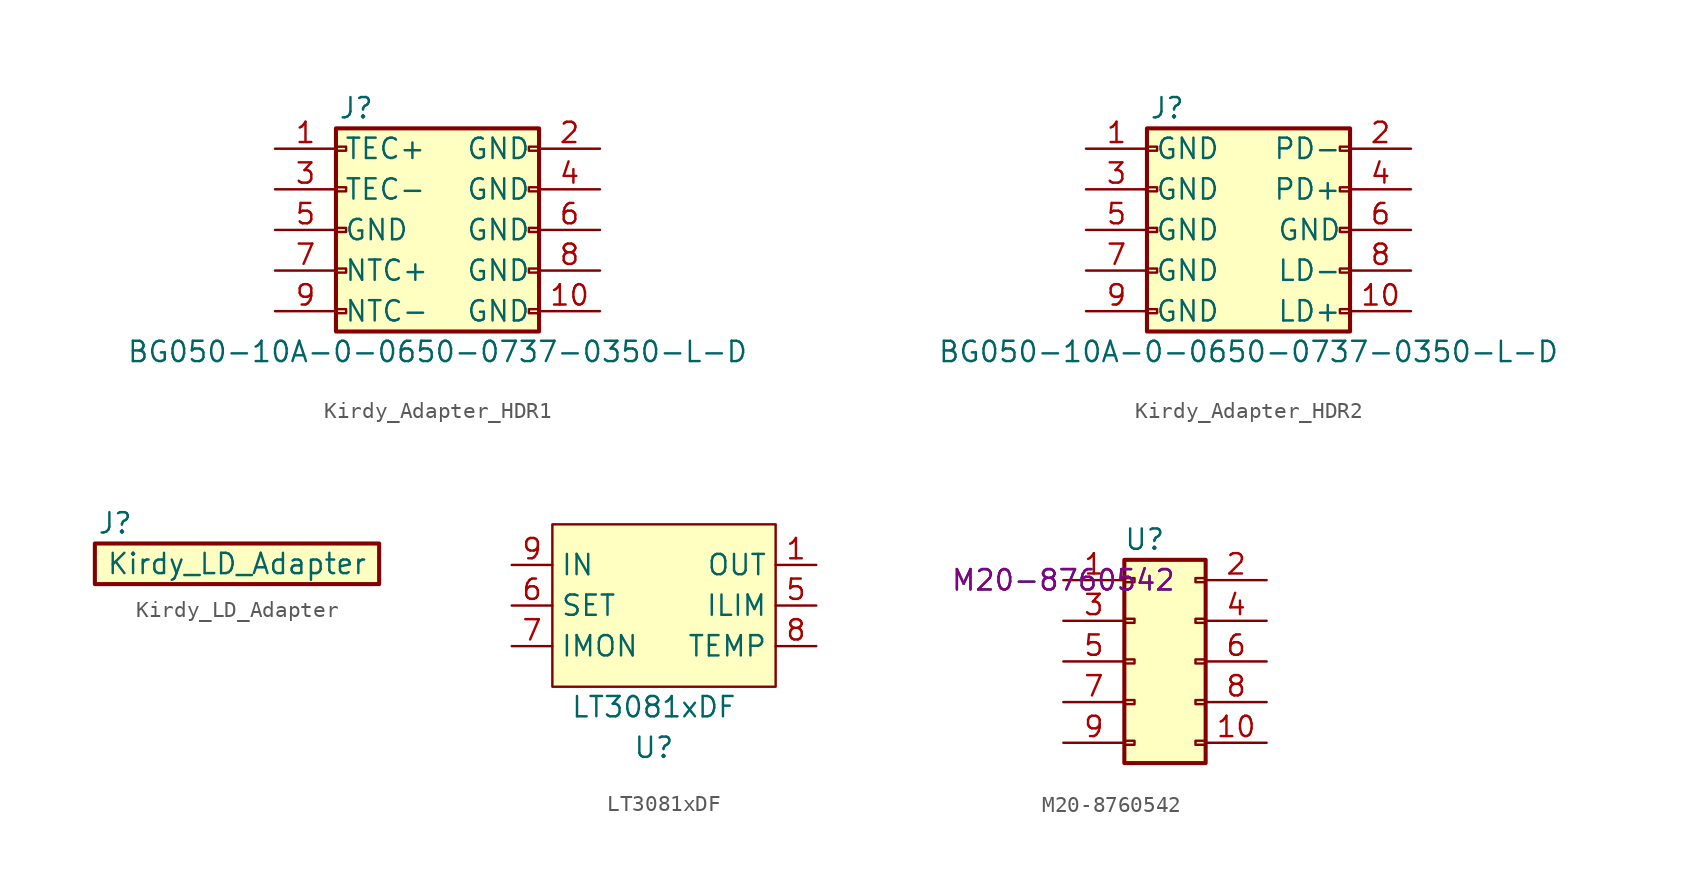
<source format=kicad_sym>
(kicad_symbol_lib
  (version 20220914)
  (generator kicad_symbol_editor)
  (symbol "Kirdy_Adapter_HDR1"
    (property "Reference" "J"
      (at 5.08 2.54 0)
      (effects (font (size 1.27 1.27))))
    (property "Value" "BG050-10A-0-0650-0737-0350-L-D"
      (at 10.16 -12.7 0)
      (effects (font (size 1.27 1.27))))
    (symbol "Kirdy_Adapter_HDR1_1_1"
      (rectangle (start 3.81 -10.033) (end 4.445 -10.287) (stroke (width 0.152) (type default)) (fill (type none)))
      (rectangle (start 3.81 -7.493) (end 4.445 -7.747) (stroke (width 0.152) (type default)) (fill (type none)))
      (rectangle (start 3.81 -4.953) (end 4.445 -5.207) (stroke (width 0.152) (type default)) (fill (type none)))
      (rectangle (start 3.81 -2.413) (end 4.445 -2.667) (stroke (width 0.152) (type default)) (fill (type none)))
      (rectangle (start 3.81 0.127) (end 4.445 -0.127) (stroke (width 0.152) (type default)) (fill (type none)))
      (rectangle (start 3.81 1.27) (end 16.51 -11.43) (stroke (width 0.254) (type default)) (fill (type background)))
      (rectangle (start 15.875 -10.033) (end 16.51 -10.287) (stroke (width 0.152) (type default)) (fill (type none)))
      (rectangle (start 15.875 -7.493) (end 16.51 -7.747) (stroke (width 0.152) (type default)) (fill (type none)))
      (rectangle (start 15.875 -4.953) (end 16.51 -5.207) (stroke (width 0.152) (type default)) (fill (type none)))
      (rectangle (start 15.875 -2.413) (end 16.51 -2.667) (stroke (width 0.152) (type default)) (fill (type none)))
      (rectangle (start 15.875 0.127) (end 16.51 -0.127) (stroke (width 0.152) (type default)) (fill (type none)))
      (pin passive line (at 0 0 0) (length 3.81) (name "TEC+" (effects (font (size 1.27 1.27)))) (number "1" (effects (font (size 1.27 1.27)))))
      (pin passive line (at 20.32 -10.16 180) (length 3.81) (name "GND" (effects (font (size 1.27 1.27)))) (number "10" (effects (font (size 1.27 1.27)))))
      (pin passive line (at 20.32 0 180) (length 3.81) (name "GND" (effects (font (size 1.27 1.27)))) (number "2" (effects (font (size 1.27 1.27)))))
      (pin passive line (at 0 -2.54 0) (length 3.81) (name "TEC-" (effects (font (size 1.27 1.27)))) (number "3" (effects (font (size 1.27 1.27)))))
      (pin passive line (at 20.32 -2.54 180) (length 3.81) (name "GND" (effects (font (size 1.27 1.27)))) (number "4" (effects (font (size 1.27 1.27)))))
      (pin passive line (at 0 -5.08 0) (length 3.81) (name "GND" (effects (font (size 1.27 1.27)))) (number "5" (effects (font (size 1.27 1.27)))))
      (pin passive line (at 20.32 -5.08 180) (length 3.81) (name "GND" (effects (font (size 1.27 1.27)))) (number "6" (effects (font (size 1.27 1.27)))))
      (pin passive line (at 0 -7.62 0) (length 3.81) (name "NTC+" (effects (font (size 1.27 1.27)))) (number "7" (effects (font (size 1.27 1.27)))))
      (pin passive line (at 20.32 -7.62 180) (length 3.81) (name "GND" (effects (font (size 1.27 1.27)))) (number "8" (effects (font (size 1.27 1.27)))))
      (pin passive line (at 0 -10.16 0) (length 3.81) (name "NTC-" (effects (font (size 1.27 1.27)))) (number "9" (effects (font (size 1.27 1.27)))))))
  (symbol "Kirdy_Adapter_HDR2"
    (property "Reference" "J"
      (at 5.08 2.54 0)
      (effects (font (size 1.27 1.27))))
    (property "Value" "BG050-10A-0-0650-0737-0350-L-D"
      (at 10.16 -12.7 0)
      (effects (font (size 1.27 1.27))))
    (symbol "Kirdy_Adapter_HDR2_1_1"
      (rectangle (start 3.81 -10.033) (end 4.445 -10.287) (stroke (width 0.152) (type default)) (fill (type none)))
      (rectangle (start 3.81 -7.493) (end 4.445 -7.747) (stroke (width 0.152) (type default)) (fill (type none)))
      (rectangle (start 3.81 -4.953) (end 4.445 -5.207) (stroke (width 0.152) (type default)) (fill (type none)))
      (rectangle (start 3.81 -2.413) (end 4.445 -2.667) (stroke (width 0.152) (type default)) (fill (type none)))
      (rectangle (start 3.81 0.127) (end 4.445 -0.127) (stroke (width 0.152) (type default)) (fill (type none)))
      (rectangle (start 3.81 1.27) (end 16.51 -11.43) (stroke (width 0.254) (type default)) (fill (type background)))
      (rectangle (start 15.875 -10.033) (end 16.51 -10.287) (stroke (width 0.152) (type default)) (fill (type none)))
      (rectangle (start 15.875 -7.493) (end 16.51 -7.747) (stroke (width 0.152) (type default)) (fill (type none)))
      (rectangle (start 15.875 -4.953) (end 16.51 -5.207) (stroke (width 0.152) (type default)) (fill (type none)))
      (rectangle (start 15.875 -2.413) (end 16.51 -2.667) (stroke (width 0.152) (type default)) (fill (type none)))
      (rectangle (start 15.875 0.127) (end 16.51 -0.127) (stroke (width 0.152) (type default)) (fill (type none)))
      (pin passive line (at 0 0 0) (length 3.81) (name "GND" (effects (font (size 1.27 1.27)))) (number "1" (effects (font (size 1.27 1.27)))))
      (pin passive line (at 20.32 -10.16 180) (length 3.81) (name "LD+" (effects (font (size 1.27 1.27)))) (number "10" (effects (font (size 1.27 1.27)))))
      (pin passive line (at 20.32 0 180) (length 3.81) (name "PD-" (effects (font (size 1.27 1.27)))) (number "2" (effects (font (size 1.27 1.27)))))
      (pin passive line (at 0 -2.54 0) (length 3.81) (name "GND" (effects (font (size 1.27 1.27)))) (number "3" (effects (font (size 1.27 1.27)))))
      (pin passive line (at 20.32 -2.54 180) (length 3.81) (name "PD+" (effects (font (size 1.27 1.27)))) (number "4" (effects (font (size 1.27 1.27)))))
      (pin passive line (at 0 -5.08 0) (length 3.81) (name "GND" (effects (font (size 1.27 1.27)))) (number "5" (effects (font (size 1.27 1.27)))))
      (pin passive line (at 20.32 -5.08 180) (length 3.81) (name "GND" (effects (font (size 1.27 1.27)))) (number "6" (effects (font (size 1.27 1.27)))))
      (pin passive line (at 0 -7.62 0) (length 3.81) (name "GND" (effects (font (size 1.27 1.27)))) (number "7" (effects (font (size 1.27 1.27)))))
      (pin passive line (at 20.32 -7.62 180) (length 3.81) (name "LD-" (effects (font (size 1.27 1.27)))) (number "8" (effects (font (size 1.27 1.27)))))
      (pin passive line (at 0 -10.16 0) (length 3.81) (name "GND" (effects (font (size 1.27 1.27)))) (number "9" (effects (font (size 1.27 1.27)))))))
  (symbol "Kirdy_LD_Adapter"
    (pin_names
      (offset 1.016) hide)
    (property "Reference" "J"
      (at -6.35 2.54 0)
      (effects (font (size 1.27 1.27))))
    (property "Value" "Kirdy_LD_Adapter"
      (at 1.27 0 0)
      (effects (font (size 1.27 1.27))))
    (symbol "Kirdy_LD_Adapter_1_1"
      (rectangle (start -7.62 1.27) (end 10.16 -1.27) (stroke (width 0.254) (type default)) (fill (type background)))))
  (symbol "LT3081xDF"
    (property "Reference" "U"
      (at 0 -8.89 0)
      (effects (font (size 1.27 1.27))))
    (property "Value" "LT3081xDF"
      (at 0 -6.35 0)
      (effects (font (size 1.27 1.27))))
    (symbol "LT3081xDF_0_0"
      (pin power_out line (at 10.16 2.54 180) (length 2.54) (name "OUT" (effects (font (size 1.27 1.27)))) (number "1" (effects (font (size 1.27 1.27)))))
      (pin power_in line (at -8.89 2.54 0) (length 2.54) hide (name "IN" (effects (font (size 1.27 1.27)))) (number "10" (effects (font (size 1.27 1.27)))))
      (pin power_in line (at -8.89 2.54 0) (length 2.54) hide (name "IN" (effects (font (size 1.27 1.27)))) (number "11" (effects (font (size 1.27 1.27)))))
      (pin power_in line (at -8.89 2.54 0) (length 2.54) hide (name "IN" (effects (font (size 1.27 1.27)))) (number "12" (effects (font (size 1.27 1.27)))))
      (pin passive line (at 10.16 2.54 180) (length 2.54) hide (name "OUT" (effects (font (size 1.27 1.27)))) (number "13" (effects (font (size 1.27 1.27)))))
      (pin passive line (at 10.16 2.54 180) (length 2.54) hide (name "OUT" (effects (font (size 1.27 1.27)))) (number "2" (effects (font (size 1.27 1.27)))))
      (pin passive line (at 10.16 2.54 180) (length 2.54) hide (name "OUT" (effects (font (size 1.27 1.27)))) (number "3" (effects (font (size 1.27 1.27)))))
      (pin passive line (at 10.16 2.54 180) (length 2.54) hide (name "OUT" (effects (font (size 1.27 1.27)))) (number "4" (effects (font (size 1.27 1.27)))))
      (pin input line (at 10.16 0 180) (length 2.54) (name "ILIM" (effects (font (size 1.27 1.27)))) (number "5" (effects (font (size 1.27 1.27)))))
      (pin input line (at -8.89 0 0) (length 2.54) (name "SET" (effects (font (size 1.27 1.27)))) (number "6" (effects (font (size 1.27 1.27)))))
      (pin passive line (at -8.89 -2.54 0) (length 2.54) (name "IMON" (effects (font (size 1.27 1.27)))) (number "7" (effects (font (size 1.27 1.27)))))
      (pin passive line (at 10.16 -2.54 180) (length 2.54) (name "TEMP" (effects (font (size 1.27 1.27)))) (number "8" (effects (font (size 1.27 1.27)))))
      (pin power_in line (at -8.89 2.54 0) (length 2.54) (name "IN" (effects (font (size 1.27 1.27)))) (number "9" (effects (font (size 1.27 1.27))))))
    (symbol "LT3081xDF_0_1"
      (rectangle (start -6.35 5.08) (end 7.62 -5.08) (stroke (width 0.152) (type default)) (fill (type background)))))
  (symbol "M20-8760542"
    (property "Reference" "U"
      (at 5.08 2.54 0)
      (effects (font (size 1.27 1.27))))
    (property "Value" "M20-8760542"
      (at 0 0 0)
      (effects (font (size 1.27 1.27))))
    (property "MFR_PN" "M20-8760542"
      (at 0 0 0)
      (effects (font (size 1.27 1.27))))
    (symbol "M20-8760542_1_1"
      (rectangle (start 3.81 -10.033) (end 4.445 -10.287) (stroke (width 0.152) (type default)) (fill (type none)))
      (rectangle (start 3.81 -7.493) (end 4.445 -7.747) (stroke (width 0.152) (type default)) (fill (type none)))
      (rectangle (start 3.81 -4.953) (end 4.445 -5.207) (stroke (width 0.152) (type default)) (fill (type none)))
      (rectangle (start 3.81 -2.413) (end 4.445 -2.667) (stroke (width 0.152) (type default)) (fill (type none)))
      (rectangle (start 3.81 0.127) (end 4.445 -0.127) (stroke (width 0.152) (type default)) (fill (type none)))
      (rectangle (start 3.81 1.27) (end 8.89 -11.43) (stroke (width 0.254) (type default)) (fill (type background)))
      (rectangle (start 8.255 -10.033) (end 8.89 -10.287) (stroke (width 0.152) (type default)) (fill (type none)))
      (rectangle (start 8.255 -7.493) (end 8.89 -7.747) (stroke (width 0.152) (type default)) (fill (type none)))
      (rectangle (start 8.255 -4.953) (end 8.89 -5.207) (stroke (width 0.152) (type default)) (fill (type none)))
      (rectangle (start 8.255 -2.413) (end 8.89 -2.667) (stroke (width 0.152) (type default)) (fill (type none)))
      (rectangle (start 8.255 0.127) (end 8.89 -0.127) (stroke (width 0.152) (type default)) (fill (type none)))
      (pin passive line (at 0 0 0) (length 3.81) (name "" (effects (font (size 1.27 1.27)))) (number "1" (effects (font (size 1.27 1.27)))))
      (pin passive line (at 12.7 -10.16 180) (length 3.81) (name "" (effects (font (size 1.27 1.27)))) (number "10" (effects (font (size 1.27 1.27)))))
      (pin passive line (at 12.7 0 180) (length 3.81) (name "" (effects (font (size 1.27 1.27)))) (number "2" (effects (font (size 1.27 1.27)))))
      (pin passive line (at 0 -2.54 0) (length 3.81) (name "" (effects (font (size 1.27 1.27)))) (number "3" (effects (font (size 1.27 1.27)))))
      (pin passive line (at 12.7 -2.54 180) (length 3.81) (name "" (effects (font (size 1.27 1.27)))) (number "4" (effects (font (size 1.27 1.27)))))
      (pin passive line (at 0 -5.08 0) (length 3.81) (name "" (effects (font (size 1.27 1.27)))) (number "5" (effects (font (size 1.27 1.27)))))
      (pin passive line (at 12.7 -5.08 180) (length 3.81) (name "" (effects (font (size 1.27 1.27)))) (number "6" (effects (font (size 1.27 1.27)))))
      (pin passive line (at 0 -7.62 0) (length 3.81) (name "" (effects (font (size 1.27 1.27)))) (number "7" (effects (font (size 1.27 1.27)))))
      (pin passive line (at 12.7 -7.62 180) (length 3.81) (name "" (effects (font (size 1.27 1.27)))) (number "8" (effects (font (size 1.27 1.27)))))
      (pin passive line (at 0 -10.16 0) (length 3.81) (name "" (effects (font (size 1.27 1.27)))) (number "9" (effects (font (size 1.27 1.27))))))))
</source>
